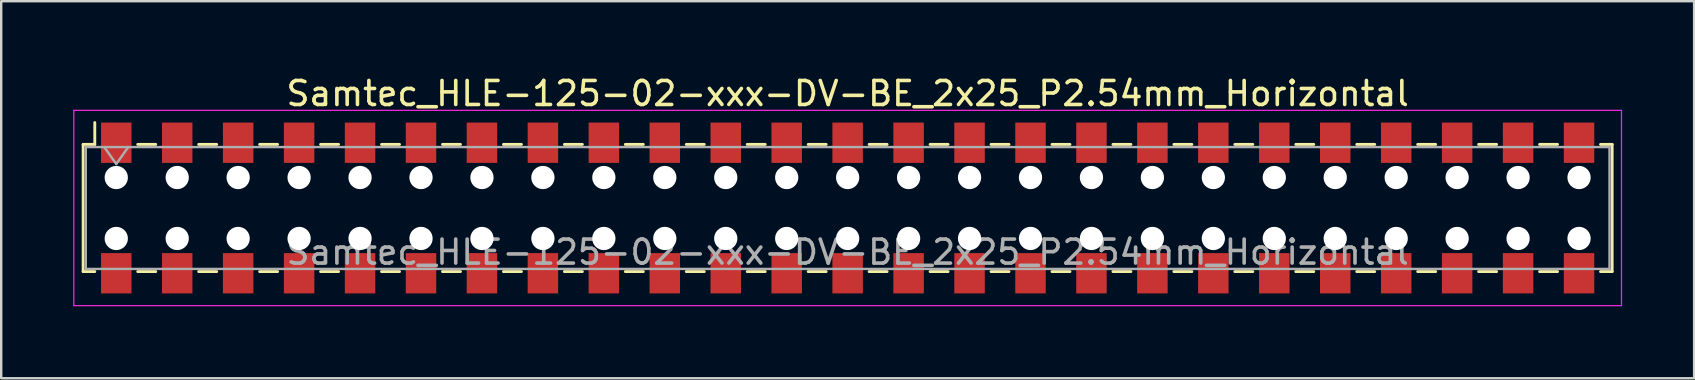
<source format=kicad_pcb>
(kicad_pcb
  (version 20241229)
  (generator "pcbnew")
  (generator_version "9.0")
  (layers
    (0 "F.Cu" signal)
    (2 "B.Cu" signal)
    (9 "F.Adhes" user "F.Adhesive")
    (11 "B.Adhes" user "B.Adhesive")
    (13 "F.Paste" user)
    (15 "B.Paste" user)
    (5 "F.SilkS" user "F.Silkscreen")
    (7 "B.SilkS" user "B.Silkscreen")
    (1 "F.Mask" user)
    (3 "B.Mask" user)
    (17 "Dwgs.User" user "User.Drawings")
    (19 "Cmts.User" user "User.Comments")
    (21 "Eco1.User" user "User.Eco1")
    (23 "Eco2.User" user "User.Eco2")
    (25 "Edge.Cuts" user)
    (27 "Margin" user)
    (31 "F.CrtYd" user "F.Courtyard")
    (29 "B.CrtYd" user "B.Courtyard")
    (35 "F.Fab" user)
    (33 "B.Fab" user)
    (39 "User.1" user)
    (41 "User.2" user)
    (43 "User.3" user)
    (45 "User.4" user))
  (footprint "Samtec_HLE-125-02-xxx-DV-BE_2x25_P2.54mm_Horizontal"
    (layer "F.Cu")
    (at 32.275 5.618)
    (property "Reference" "Samtec_HLE-125-02-xxx-DV-BE_2x25_P2.54mm_Horizontal" (at 0 -4.77 0) (layer "F.SilkS") (effects (font (size 1 1) (thickness 0.15))))
    (attr smd)
    (fp_line (start -31.86 -2.65) (end -31.86 2.65) (stroke (width 0.12) (type solid)) (layer "F.SilkS"))
    (fp_line (start -31.86 2.65) (end -31.375 2.65) (stroke (width 0.12) (type solid)) (layer "F.SilkS"))
    (fp_line (start -31.375 -3.56) (end -31.375 -2.65) (stroke (width 0.12) (type solid)) (layer "F.SilkS"))
    (fp_line (start -31.375 -2.65) (end -31.86 -2.65) (stroke (width 0.12) (type solid)) (layer "F.SilkS"))
    (fp_line (start -29.585 -2.65) (end -28.835 -2.65) (stroke (width 0.12) (type solid)) (layer "F.SilkS"))
    (fp_line (start -29.585 2.65) (end -28.835 2.65) (stroke (width 0.12) (type solid)) (layer "F.SilkS"))
    (fp_line (start -27.045 -2.65) (end -26.295 -2.65) (stroke (width 0.12) (type solid)) (layer "F.SilkS"))
    (fp_line (start -27.045 2.65) (end -26.295 2.65) (stroke (width 0.12) (type solid)) (layer "F.SilkS"))
    (fp_line (start -24.505 -2.65) (end -23.755 -2.65) (stroke (width 0.12) (type solid)) (layer "F.SilkS"))
    (fp_line (start -24.505 2.65) (end -23.755 2.65) (stroke (width 0.12) (type solid)) (layer "F.SilkS"))
    (fp_line (start -21.965 -2.65) (end -21.215 -2.65) (stroke (width 0.12) (type solid)) (layer "F.SilkS"))
    (fp_line (start -21.965 2.65) (end -21.215 2.65) (stroke (width 0.12) (type solid)) (layer "F.SilkS"))
    (fp_line (start -19.425 -2.65) (end -18.675 -2.65) (stroke (width 0.12) (type solid)) (layer "F.SilkS"))
    (fp_line (start -19.425 2.65) (end -18.675 2.65) (stroke (width 0.12) (type solid)) (layer "F.SilkS"))
    (fp_line (start -16.885 -2.65) (end -16.135 -2.65) (stroke (width 0.12) (type solid)) (layer "F.SilkS"))
    (fp_line (start -16.885 2.65) (end -16.135 2.65) (stroke (width 0.12) (type solid)) (layer "F.SilkS"))
    (fp_line (start -14.345 -2.65) (end -13.595 -2.65) (stroke (width 0.12) (type solid)) (layer "F.SilkS"))
    (fp_line (start -14.345 2.65) (end -13.595 2.65) (stroke (width 0.12) (type solid)) (layer "F.SilkS"))
    (fp_line (start -11.805 -2.65) (end -11.055 -2.65) (stroke (width 0.12) (type solid)) (layer "F.SilkS"))
    (fp_line (start -11.805 2.65) (end -11.055 2.65) (stroke (width 0.12) (type solid)) (layer "F.SilkS"))
    (fp_line (start -9.265 -2.65) (end -8.515 -2.65) (stroke (width 0.12) (type solid)) (layer "F.SilkS"))
    (fp_line (start -9.265 2.65) (end -8.515 2.65) (stroke (width 0.12) (type solid)) (layer "F.SilkS"))
    (fp_line (start -6.725 -2.65) (end -5.975 -2.65) (stroke (width 0.12) (type solid)) (layer "F.SilkS"))
    (fp_line (start -6.725 2.65) (end -5.975 2.65) (stroke (width 0.12) (type solid)) (layer "F.SilkS"))
    (fp_line (start -4.185 -2.65) (end -3.435 -2.65) (stroke (width 0.12) (type solid)) (layer "F.SilkS"))
    (fp_line (start -4.185 2.65) (end -3.435 2.65) (stroke (width 0.12) (type solid)) (layer "F.SilkS"))
    (fp_line (start -1.645 -2.65) (end -0.895 -2.65) (stroke (width 0.12) (type solid)) (layer "F.SilkS"))
    (fp_line (start -1.645 2.65) (end -0.895 2.65) (stroke (width 0.12) (type solid)) (layer "F.SilkS"))
    (fp_line (start 0.895 -2.65) (end 1.645 -2.65) (stroke (width 0.12) (type solid)) (layer "F.SilkS"))
    (fp_line (start 0.895 2.65) (end 1.645 2.65) (stroke (width 0.12) (type solid)) (layer "F.SilkS"))
    (fp_line (start 3.435 -2.65) (end 4.185 -2.65) (stroke (width 0.12) (type solid)) (layer "F.SilkS"))
    (fp_line (start 3.435 2.65) (end 4.185 2.65) (stroke (width 0.12) (type solid)) (layer "F.SilkS"))
    (fp_line (start 5.975 -2.65) (end 6.725 -2.65) (stroke (width 0.12) (type solid)) (layer "F.SilkS"))
    (fp_line (start 5.975 2.65) (end 6.725 2.65) (stroke (width 0.12) (type solid)) (layer "F.SilkS"))
    (fp_line (start 8.515 -2.65) (end 9.265 -2.65) (stroke (width 0.12) (type solid)) (layer "F.SilkS"))
    (fp_line (start 8.515 2.65) (end 9.265 2.65) (stroke (width 0.12) (type solid)) (layer "F.SilkS"))
    (fp_line (start 11.055 -2.65) (end 11.805 -2.65) (stroke (width 0.12) (type solid)) (layer "F.SilkS"))
    (fp_line (start 11.055 2.65) (end 11.805 2.65) (stroke (width 0.12) (type solid)) (layer "F.SilkS"))
    (fp_line (start 13.595 -2.65) (end 14.345 -2.65) (stroke (width 0.12) (type solid)) (layer "F.SilkS"))
    (fp_line (start 13.595 2.65) (end 14.345 2.65) (stroke (width 0.12) (type solid)) (layer "F.SilkS"))
    (fp_line (start 16.135 -2.65) (end 16.885 -2.65) (stroke (width 0.12) (type solid)) (layer "F.SilkS"))
    (fp_line (start 16.135 2.65) (end 16.885 2.65) (stroke (width 0.12) (type solid)) (layer "F.SilkS"))
    (fp_line (start 18.675 -2.65) (end 19.425 -2.65) (stroke (width 0.12) (type solid)) (layer "F.SilkS"))
    (fp_line (start 18.675 2.65) (end 19.425 2.65) (stroke (width 0.12) (type solid)) (layer "F.SilkS"))
    (fp_line (start 21.215 -2.65) (end 21.965 -2.65) (stroke (width 0.12) (type solid)) (layer "F.SilkS"))
    (fp_line (start 21.215 2.65) (end 21.965 2.65) (stroke (width 0.12) (type solid)) (layer "F.SilkS"))
    (fp_line (start 23.755 -2.65) (end 24.505 -2.65) (stroke (width 0.12) (type solid)) (layer "F.SilkS"))
    (fp_line (start 23.755 2.65) (end 24.505 2.65) (stroke (width 0.12) (type solid)) (layer "F.SilkS"))
    (fp_line (start 26.295 -2.65) (end 27.045 -2.65) (stroke (width 0.12) (type solid)) (layer "F.SilkS"))
    (fp_line (start 26.295 2.65) (end 27.045 2.65) (stroke (width 0.12) (type solid)) (layer "F.SilkS"))
    (fp_line (start 28.835 -2.65) (end 29.585 -2.65) (stroke (width 0.12) (type solid)) (layer "F.SilkS"))
    (fp_line (start 28.835 2.65) (end 29.585 2.65) (stroke (width 0.12) (type solid)) (layer "F.SilkS"))
    (fp_line (start 31.375 -2.65) (end 31.86 -2.65) (stroke (width 0.12) (type solid)) (layer "F.SilkS"))
    (fp_line (start 31.86 -2.65) (end 31.86 2.65) (stroke (width 0.12) (type solid)) (layer "F.SilkS"))
    (fp_line (start 31.86 2.65) (end 31.375 2.65) (stroke (width 0.12) (type solid)) (layer "F.SilkS"))
    (fp_line (start -32.25 -4.07) (end 32.25 -4.07) (stroke (width 0.05) (type solid)) (layer "F.CrtYd"))
    (fp_line (start -32.25 4.07) (end -32.25 -4.07) (stroke (width 0.05) (type solid)) (layer "F.CrtYd"))
    (fp_line (start 32.25 -4.07) (end 32.25 4.07) (stroke (width 0.05) (type solid)) (layer "F.CrtYd"))
    (fp_line (start 32.25 4.07) (end -32.25 4.07) (stroke (width 0.05) (type solid)) (layer "F.CrtYd"))
    (fp_line (start -31.75 -2.54) (end 31.75 -2.54) (stroke (width 0.1) (type solid)) (layer "F.Fab"))
    (fp_line (start -31.75 2.54) (end -31.75 -2.54) (stroke (width 0.1) (type solid)) (layer "F.Fab"))
    (fp_line (start -30.98 -2.54) (end -30.48 -1.833) (stroke (width 0.1) (type solid)) (layer "F.Fab"))
    (fp_line (start -30.48 -1.833) (end -29.98 -2.54) (stroke (width 0.1) (type solid)) (layer "F.Fab"))
    (fp_line (start 31.75 -2.54) (end 31.75 2.54) (stroke (width 0.1) (type solid)) (layer "F.Fab"))
    (fp_line (start 31.75 2.54) (end -31.75 2.54) (stroke (width 0.1) (type solid)) (layer "F.Fab"))
    (fp_text user "${REFERENCE}" (at 0 1.84 0) (layer "F.Fab") (effects (font (size 1 1) (thickness 0.15))))
    (pad "" np_thru_hole circle (at -30.48 -1.27) (size 0.97 0.97) (drill 0.97) (layers "*.Cu" "*.Mask"))
    (pad "" np_thru_hole circle (at -30.48 1.27) (size 0.97 0.97) (drill 0.97) (layers "*.Cu" "*.Mask"))
    (pad "" np_thru_hole circle (at -27.94 -1.27) (size 0.97 0.97) (drill 0.97) (layers "*.Cu" "*.Mask"))
    (pad "" np_thru_hole circle (at -27.94 1.27) (size 0.97 0.97) (drill 0.97) (layers "*.Cu" "*.Mask"))
    (pad "" np_thru_hole circle (at -25.4 -1.27) (size 0.97 0.97) (drill 0.97) (layers "*.Cu" "*.Mask"))
    (pad "" np_thru_hole circle (at -25.4 1.27) (size 0.97 0.97) (drill 0.97) (layers "*.Cu" "*.Mask"))
    (pad "" np_thru_hole circle (at -22.86 -1.27) (size 0.97 0.97) (drill 0.97) (layers "*.Cu" "*.Mask"))
    (pad "" np_thru_hole circle (at -22.86 1.27) (size 0.97 0.97) (drill 0.97) (layers "*.Cu" "*.Mask"))
    (pad "" np_thru_hole circle (at -20.32 -1.27) (size 0.97 0.97) (drill 0.97) (layers "*.Cu" "*.Mask"))
    (pad "" np_thru_hole circle (at -20.32 1.27) (size 0.97 0.97) (drill 0.97) (layers "*.Cu" "*.Mask"))
    (pad "" np_thru_hole circle (at -17.78 -1.27) (size 0.97 0.97) (drill 0.97) (layers "*.Cu" "*.Mask"))
    (pad "" np_thru_hole circle (at -17.78 1.27) (size 0.97 0.97) (drill 0.97) (layers "*.Cu" "*.Mask"))
    (pad "" np_thru_hole circle (at -15.24 -1.27) (size 0.97 0.97) (drill 0.97) (layers "*.Cu" "*.Mask"))
    (pad "" np_thru_hole circle (at -15.24 1.27) (size 0.97 0.97) (drill 0.97) (layers "*.Cu" "*.Mask"))
    (pad "" np_thru_hole circle (at -12.7 -1.27) (size 0.97 0.97) (drill 0.97) (layers "*.Cu" "*.Mask"))
    (pad "" np_thru_hole circle (at -12.7 1.27) (size 0.97 0.97) (drill 0.97) (layers "*.Cu" "*.Mask"))
    (pad "" np_thru_hole circle (at -10.16 -1.27) (size 0.97 0.97) (drill 0.97) (layers "*.Cu" "*.Mask"))
    (pad "" np_thru_hole circle (at -10.16 1.27) (size 0.97 0.97) (drill 0.97) (layers "*.Cu" "*.Mask"))
    (pad "" np_thru_hole circle (at -7.62 -1.27) (size 0.97 0.97) (drill 0.97) (layers "*.Cu" "*.Mask"))
    (pad "" np_thru_hole circle (at -7.62 1.27) (size 0.97 0.97) (drill 0.97) (layers "*.Cu" "*.Mask"))
    (pad "" np_thru_hole circle (at -5.08 -1.27) (size 0.97 0.97) (drill 0.97) (layers "*.Cu" "*.Mask"))
    (pad "" np_thru_hole circle (at -5.08 1.27) (size 0.97 0.97) (drill 0.97) (layers "*.Cu" "*.Mask"))
    (pad "" np_thru_hole circle (at -2.54 -1.27) (size 0.97 0.97) (drill 0.97) (layers "*.Cu" "*.Mask"))
    (pad "" np_thru_hole circle (at -2.54 1.27) (size 0.97 0.97) (drill 0.97) (layers "*.Cu" "*.Mask"))
    (pad "" np_thru_hole circle (at 0 -1.27) (size 0.97 0.97) (drill 0.97) (layers "*.Cu" "*.Mask"))
    (pad "" np_thru_hole circle (at 0 1.27) (size 0.97 0.97) (drill 0.97) (layers "*.Cu" "*.Mask"))
    (pad "" np_thru_hole circle (at 2.54 -1.27) (size 0.97 0.97) (drill 0.97) (layers "*.Cu" "*.Mask"))
    (pad "" np_thru_hole circle (at 2.54 1.27) (size 0.97 0.97) (drill 0.97) (layers "*.Cu" "*.Mask"))
    (pad "" np_thru_hole circle (at 5.08 -1.27) (size 0.97 0.97) (drill 0.97) (layers "*.Cu" "*.Mask"))
    (pad "" np_thru_hole circle (at 5.08 1.27) (size 0.97 0.97) (drill 0.97) (layers "*.Cu" "*.Mask"))
    (pad "" np_thru_hole circle (at 7.62 -1.27) (size 0.97 0.97) (drill 0.97) (layers "*.Cu" "*.Mask"))
    (pad "" np_thru_hole circle (at 7.62 1.27) (size 0.97 0.97) (drill 0.97) (layers "*.Cu" "*.Mask"))
    (pad "" np_thru_hole circle (at 10.16 -1.27) (size 0.97 0.97) (drill 0.97) (layers "*.Cu" "*.Mask"))
    (pad "" np_thru_hole circle (at 10.16 1.27) (size 0.97 0.97) (drill 0.97) (layers "*.Cu" "*.Mask"))
    (pad "" np_thru_hole circle (at 12.7 -1.27) (size 0.97 0.97) (drill 0.97) (layers "*.Cu" "*.Mask"))
    (pad "" np_thru_hole circle (at 12.7 1.27) (size 0.97 0.97) (drill 0.97) (layers "*.Cu" "*.Mask"))
    (pad "" np_thru_hole circle (at 15.24 -1.27) (size 0.97 0.97) (drill 0.97) (layers "*.Cu" "*.Mask"))
    (pad "" np_thru_hole circle (at 15.24 1.27) (size 0.97 0.97) (drill 0.97) (layers "*.Cu" "*.Mask"))
    (pad "" np_thru_hole circle (at 17.78 -1.27) (size 0.97 0.97) (drill 0.97) (layers "*.Cu" "*.Mask"))
    (pad "" np_thru_hole circle (at 17.78 1.27) (size 0.97 0.97) (drill 0.97) (layers "*.Cu" "*.Mask"))
    (pad "" np_thru_hole circle (at 20.32 -1.27) (size 0.97 0.97) (drill 0.97) (layers "*.Cu" "*.Mask"))
    (pad "" np_thru_hole circle (at 20.32 1.27) (size 0.97 0.97) (drill 0.97) (layers "*.Cu" "*.Mask"))
    (pad "" np_thru_hole circle (at 22.86 -1.27) (size 0.97 0.97) (drill 0.97) (layers "*.Cu" "*.Mask"))
    (pad "" np_thru_hole circle (at 22.86 1.27) (size 0.97 0.97) (drill 0.97) (layers "*.Cu" "*.Mask"))
    (pad "" np_thru_hole circle (at 25.4 -1.27) (size 0.97 0.97) (drill 0.97) (layers "*.Cu" "*.Mask"))
    (pad "" np_thru_hole circle (at 25.4 1.27) (size 0.97 0.97) (drill 0.97) (layers "*.Cu" "*.Mask"))
    (pad "" np_thru_hole circle (at 27.94 -1.27) (size 0.97 0.97) (drill 0.97) (layers "*.Cu" "*.Mask"))
    (pad "" np_thru_hole circle (at 27.94 1.27) (size 0.97 0.97) (drill 0.97) (layers "*.Cu" "*.Mask"))
    (pad "" np_thru_hole circle (at 30.48 -1.27) (size 0.97 0.97) (drill 0.97) (layers "*.Cu" "*.Mask"))
    (pad "" np_thru_hole circle (at 30.48 1.27) (size 0.97 0.97) (drill 0.97) (layers "*.Cu" "*.Mask"))
    (pad "1" smd rect (at -30.48 -2.72) (size 1.27 1.68) (layers "F.Cu" "F.Mask" "F.Paste"))
    (pad "2" smd rect (at -30.48 2.72) (size 1.27 1.68) (layers "F.Cu" "F.Mask" "F.Paste"))
    (pad "3" smd rect (at -27.94 -2.72) (size 1.27 1.68) (layers "F.Cu" "F.Mask" "F.Paste"))
    (pad "4" smd rect (at -27.94 2.72) (size 1.27 1.68) (layers "F.Cu" "F.Mask" "F.Paste"))
    (pad "5" smd rect (at -25.4 -2.72) (size 1.27 1.68) (layers "F.Cu" "F.Mask" "F.Paste"))
    (pad "6" smd rect (at -25.4 2.72) (size 1.27 1.68) (layers "F.Cu" "F.Mask" "F.Paste"))
    (pad "7" smd rect (at -22.86 -2.72) (size 1.27 1.68) (layers "F.Cu" "F.Mask" "F.Paste"))
    (pad "8" smd rect (at -22.86 2.72) (size 1.27 1.68) (layers "F.Cu" "F.Mask" "F.Paste"))
    (pad "9" smd rect (at -20.32 -2.72) (size 1.27 1.68) (layers "F.Cu" "F.Mask" "F.Paste"))
    (pad "10" smd rect (at -20.32 2.72) (size 1.27 1.68) (layers "F.Cu" "F.Mask" "F.Paste"))
    (pad "11" smd rect (at -17.78 -2.72) (size 1.27 1.68) (layers "F.Cu" "F.Mask" "F.Paste"))
    (pad "12" smd rect (at -17.78 2.72) (size 1.27 1.68) (layers "F.Cu" "F.Mask" "F.Paste"))
    (pad "13" smd rect (at -15.24 -2.72) (size 1.27 1.68) (layers "F.Cu" "F.Mask" "F.Paste"))
    (pad "14" smd rect (at -15.24 2.72) (size 1.27 1.68) (layers "F.Cu" "F.Mask" "F.Paste"))
    (pad "15" smd rect (at -12.7 -2.72) (size 1.27 1.68) (layers "F.Cu" "F.Mask" "F.Paste"))
    (pad "16" smd rect (at -12.7 2.72) (size 1.27 1.68) (layers "F.Cu" "F.Mask" "F.Paste"))
    (pad "17" smd rect (at -10.16 -2.72) (size 1.27 1.68) (layers "F.Cu" "F.Mask" "F.Paste"))
    (pad "18" smd rect (at -10.16 2.72) (size 1.27 1.68) (layers "F.Cu" "F.Mask" "F.Paste"))
    (pad "19" smd rect (at -7.62 -2.72) (size 1.27 1.68) (layers "F.Cu" "F.Mask" "F.Paste"))
    (pad "20" smd rect (at -7.62 2.72) (size 1.27 1.68) (layers "F.Cu" "F.Mask" "F.Paste"))
    (pad "21" smd rect (at -5.08 -2.72) (size 1.27 1.68) (layers "F.Cu" "F.Mask" "F.Paste"))
    (pad "22" smd rect (at -5.08 2.72) (size 1.27 1.68) (layers "F.Cu" "F.Mask" "F.Paste"))
    (pad "23" smd rect (at -2.54 -2.72) (size 1.27 1.68) (layers "F.Cu" "F.Mask" "F.Paste"))
    (pad "24" smd rect (at -2.54 2.72) (size 1.27 1.68) (layers "F.Cu" "F.Mask" "F.Paste"))
    (pad "25" smd rect (at 0 -2.72) (size 1.27 1.68) (layers "F.Cu" "F.Mask" "F.Paste"))
    (pad "26" smd rect (at 0 2.72) (size 1.27 1.68) (layers "F.Cu" "F.Mask" "F.Paste"))
    (pad "27" smd rect (at 2.54 -2.72) (size 1.27 1.68) (layers "F.Cu" "F.Mask" "F.Paste"))
    (pad "28" smd rect (at 2.54 2.72) (size 1.27 1.68) (layers "F.Cu" "F.Mask" "F.Paste"))
    (pad "29" smd rect (at 5.08 -2.72) (size 1.27 1.68) (layers "F.Cu" "F.Mask" "F.Paste"))
    (pad "30" smd rect (at 5.08 2.72) (size 1.27 1.68) (layers "F.Cu" "F.Mask" "F.Paste"))
    (pad "31" smd rect (at 7.62 -2.72) (size 1.27 1.68) (layers "F.Cu" "F.Mask" "F.Paste"))
    (pad "32" smd rect (at 7.62 2.72) (size 1.27 1.68) (layers "F.Cu" "F.Mask" "F.Paste"))
    (pad "33" smd rect (at 10.16 -2.72) (size 1.27 1.68) (layers "F.Cu" "F.Mask" "F.Paste"))
    (pad "34" smd rect (at 10.16 2.72) (size 1.27 1.68) (layers "F.Cu" "F.Mask" "F.Paste"))
    (pad "35" smd rect (at 12.7 -2.72) (size 1.27 1.68) (layers "F.Cu" "F.Mask" "F.Paste"))
    (pad "36" smd rect (at 12.7 2.72) (size 1.27 1.68) (layers "F.Cu" "F.Mask" "F.Paste"))
    (pad "37" smd rect (at 15.24 -2.72) (size 1.27 1.68) (layers "F.Cu" "F.Mask" "F.Paste"))
    (pad "38" smd rect (at 15.24 2.72) (size 1.27 1.68) (layers "F.Cu" "F.Mask" "F.Paste"))
    (pad "39" smd rect (at 17.78 -2.72) (size 1.27 1.68) (layers "F.Cu" "F.Mask" "F.Paste"))
    (pad "40" smd rect (at 17.78 2.72) (size 1.27 1.68) (layers "F.Cu" "F.Mask" "F.Paste"))
    (pad "41" smd rect (at 20.32 -2.72) (size 1.27 1.68) (layers "F.Cu" "F.Mask" "F.Paste"))
    (pad "42" smd rect (at 20.32 2.72) (size 1.27 1.68) (layers "F.Cu" "F.Mask" "F.Paste"))
    (pad "43" smd rect (at 22.86 -2.72) (size 1.27 1.68) (layers "F.Cu" "F.Mask" "F.Paste"))
    (pad "44" smd rect (at 22.86 2.72) (size 1.27 1.68) (layers "F.Cu" "F.Mask" "F.Paste"))
    (pad "45" smd rect (at 25.4 -2.72) (size 1.27 1.68) (layers "F.Cu" "F.Mask" "F.Paste"))
    (pad "46" smd rect (at 25.4 2.72) (size 1.27 1.68) (layers "F.Cu" "F.Mask" "F.Paste"))
    (pad "47" smd rect (at 27.94 -2.72) (size 1.27 1.68) (layers "F.Cu" "F.Mask" "F.Paste"))
    (pad "48" smd rect (at 27.94 2.72) (size 1.27 1.68) (layers "F.Cu" "F.Mask" "F.Paste"))
    (pad "49" smd rect (at 30.48 -2.72) (size 1.27 1.68) (layers "F.Cu" "F.Mask" "F.Paste"))
    (pad "50" smd rect (at 30.48 2.72) (size 1.27 1.68) (layers "F.Cu" "F.Mask" "F.Paste")))
  (gr_rect
    (start -3 -3)
    (end 67.55 12.713)
    (stroke (width 0.1) (type default))
    (fill no)
    (layer "Edge.Cuts")))
</source>
